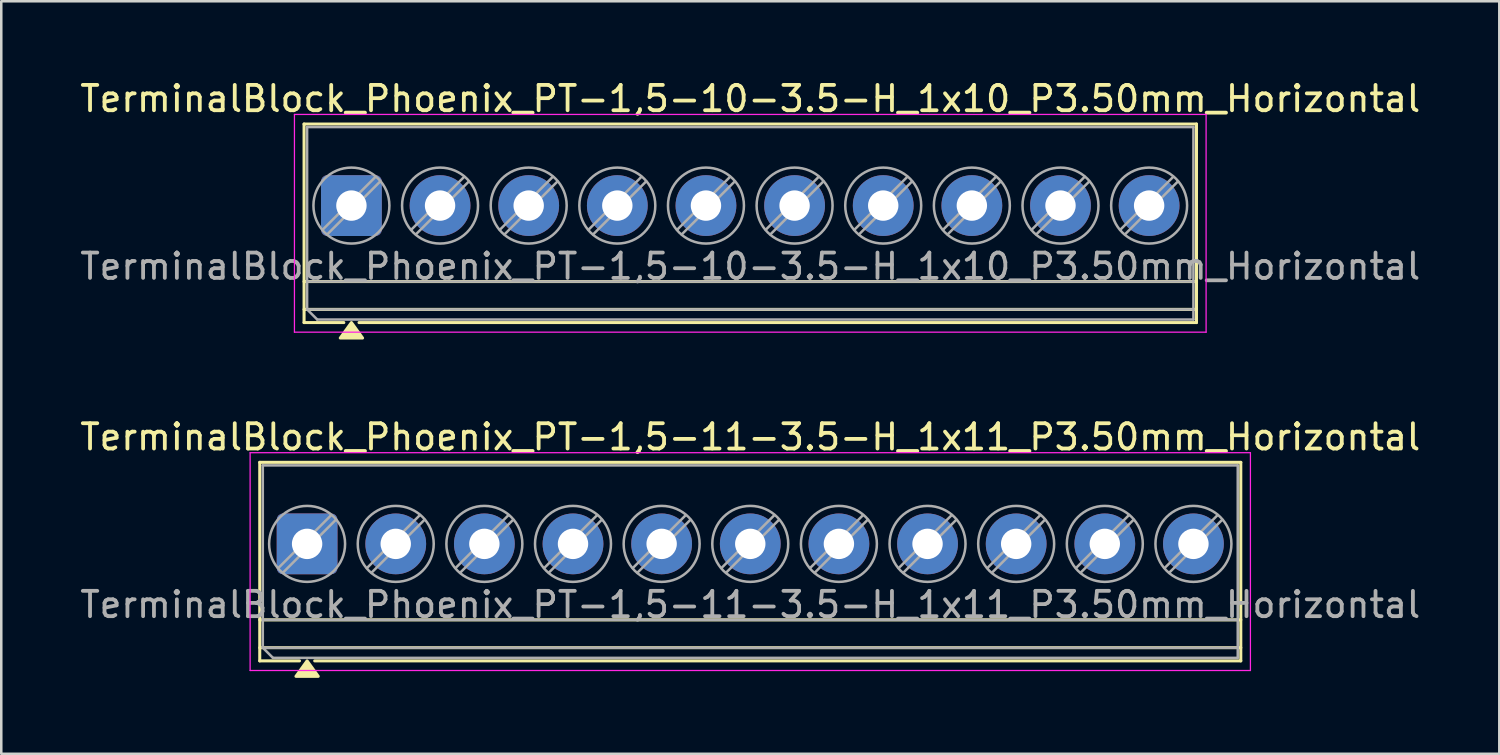
<source format=kicad_pcb>
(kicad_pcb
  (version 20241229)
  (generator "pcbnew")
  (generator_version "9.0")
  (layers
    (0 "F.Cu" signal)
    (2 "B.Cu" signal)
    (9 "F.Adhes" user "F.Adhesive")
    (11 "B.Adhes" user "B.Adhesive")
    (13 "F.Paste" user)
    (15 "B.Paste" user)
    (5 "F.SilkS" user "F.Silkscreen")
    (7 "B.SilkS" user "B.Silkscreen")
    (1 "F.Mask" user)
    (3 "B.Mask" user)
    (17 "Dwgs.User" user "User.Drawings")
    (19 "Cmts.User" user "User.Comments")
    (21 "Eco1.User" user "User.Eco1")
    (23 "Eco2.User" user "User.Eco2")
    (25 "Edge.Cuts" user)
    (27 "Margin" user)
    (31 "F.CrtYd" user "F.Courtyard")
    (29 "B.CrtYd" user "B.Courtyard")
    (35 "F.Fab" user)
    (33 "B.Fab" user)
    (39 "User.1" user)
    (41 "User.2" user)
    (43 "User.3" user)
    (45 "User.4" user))
  (footprint "TerminalBlock_Phoenix_PT-1,5-10-3.5-H_1x10_P3.50mm_Horizontal"
    (layer "F.Cu")
    (at 10.827 5.068)
    (property "Reference" "TerminalBlock_Phoenix_PT-1,5-10-3.5-H_1x10_P3.50mm_Horizontal" (at 15.75 -4.22 0) (layer "F.SilkS") (effects (font (size 1 1) (thickness 0.15))))
    (attr through_hole)
    (fp_line (start -1.87 -3.22) (end -1.87 4.62) (stroke (width 0.12) (type solid)) (layer "F.SilkS"))
    (fp_line (start -1.87 -3.22) (end 33.37 -3.22) (stroke (width 0.12) (type solid)) (layer "F.SilkS"))
    (fp_line (start -1.87 3) (end 33.37 3) (stroke (width 0.12) (type solid)) (layer "F.SilkS"))
    (fp_line (start -1.87 4.1) (end 33.37 4.1) (stroke (width 0.12) (type solid)) (layer "F.SilkS"))
    (fp_line (start -1.87 4.62) (end -0.3 4.62) (stroke (width 0.12) (type solid)) (layer "F.SilkS"))
    (fp_line (start 0.3 4.62) (end 33.37 4.62) (stroke (width 0.12) (type solid)) (layer "F.SilkS"))
    (fp_line (start 33.37 -3.22) (end 33.37 4.62) (stroke (width 0.12) (type solid)) (layer "F.SilkS"))
    (fp_poly (pts (xy 0 4.62) (xy 0.44 5.23) (xy -0.44 5.23)) (stroke (width 0.12) (type solid)) (fill yes) (layer "F.SilkS"))
    (fp_line (start -2.25 -3.6) (end -2.25 5) (stroke (width 0.05) (type solid)) (layer "F.CrtYd"))
    (fp_line (start -2.25 5) (end 33.75 5) (stroke (width 0.05) (type solid)) (layer "F.CrtYd"))
    (fp_line (start 33.75 -3.6) (end -2.25 -3.6) (stroke (width 0.05) (type solid)) (layer "F.CrtYd"))
    (fp_line (start 33.75 5) (end 33.75 -3.6) (stroke (width 0.05) (type solid)) (layer "F.CrtYd"))
    (fp_line (start -1.75 -3.1) (end 33.25 -3.1) (stroke (width 0.1) (type solid)) (layer "F.Fab"))
    (fp_line (start -1.75 3) (end 33.25 3) (stroke (width 0.1) (type solid)) (layer "F.Fab"))
    (fp_line (start -1.75 4.1) (end -1.75 -3.1) (stroke (width 0.1) (type solid)) (layer "F.Fab"))
    (fp_line (start -1.75 4.1) (end 33.25 4.1) (stroke (width 0.1) (type solid)) (layer "F.Fab"))
    (fp_line (start -1.35 4.5) (end -1.75 4.1) (stroke (width 0.1) (type solid)) (layer "F.Fab"))
    (fp_line (start 0.955 -1.138) (end -1.138 0.954) (stroke (width 0.1) (type solid)) (layer "F.Fab"))
    (fp_line (start 1.138 -0.954) (end -0.955 1.137) (stroke (width 0.1) (type solid)) (layer "F.Fab"))
    (fp_line (start 4.455 -1.138) (end 2.362 0.954) (stroke (width 0.1) (type solid)) (layer "F.Fab"))
    (fp_line (start 4.638 -0.954) (end 2.545 1.137) (stroke (width 0.1) (type solid)) (layer "F.Fab"))
    (fp_line (start 7.955 -1.138) (end 5.862 0.954) (stroke (width 0.1) (type solid)) (layer "F.Fab"))
    (fp_line (start 8.138 -0.954) (end 6.045 1.137) (stroke (width 0.1) (type solid)) (layer "F.Fab"))
    (fp_line (start 11.455 -1.138) (end 9.362 0.954) (stroke (width 0.1) (type solid)) (layer "F.Fab"))
    (fp_line (start 11.638 -0.954) (end 9.545 1.137) (stroke (width 0.1) (type solid)) (layer "F.Fab"))
    (fp_line (start 14.955 -1.138) (end 12.862 0.954) (stroke (width 0.1) (type solid)) (layer "F.Fab"))
    (fp_line (start 15.138 -0.954) (end 13.045 1.137) (stroke (width 0.1) (type solid)) (layer "F.Fab"))
    (fp_line (start 18.455 -1.138) (end 16.362 0.954) (stroke (width 0.1) (type solid)) (layer "F.Fab"))
    (fp_line (start 18.638 -0.954) (end 16.545 1.137) (stroke (width 0.1) (type solid)) (layer "F.Fab"))
    (fp_line (start 21.955 -1.138) (end 19.862 0.954) (stroke (width 0.1) (type solid)) (layer "F.Fab"))
    (fp_line (start 22.138 -0.954) (end 20.045 1.137) (stroke (width 0.1) (type solid)) (layer "F.Fab"))
    (fp_line (start 25.455 -1.138) (end 23.362 0.954) (stroke (width 0.1) (type solid)) (layer "F.Fab"))
    (fp_line (start 25.638 -0.954) (end 23.545 1.137) (stroke (width 0.1) (type solid)) (layer "F.Fab"))
    (fp_line (start 28.955 -1.138) (end 26.862 0.954) (stroke (width 0.1) (type solid)) (layer "F.Fab"))
    (fp_line (start 29.138 -0.954) (end 27.045 1.137) (stroke (width 0.1) (type solid)) (layer "F.Fab"))
    (fp_line (start 32.455 -1.138) (end 30.362 0.954) (stroke (width 0.1) (type solid)) (layer "F.Fab"))
    (fp_line (start 32.638 -0.954) (end 30.545 1.137) (stroke (width 0.1) (type solid)) (layer "F.Fab"))
    (fp_line (start 33.25 -3.1) (end 33.25 4.5) (stroke (width 0.1) (type solid)) (layer "F.Fab"))
    (fp_line (start 33.25 4.5) (end -1.35 4.5) (stroke (width 0.1) (type solid)) (layer "F.Fab"))
    (fp_circle (center 0 0) (end 1.5 0) (stroke (width 0.1) (type solid)) (fill no) (layer "F.Fab"))
    (fp_circle (center 3.5 0) (end 5 0) (stroke (width 0.1) (type solid)) (fill no) (layer "F.Fab"))
    (fp_circle (center 7 0) (end 8.5 0) (stroke (width 0.1) (type solid)) (fill no) (layer "F.Fab"))
    (fp_circle (center 10.5 0) (end 12 0) (stroke (width 0.1) (type solid)) (fill no) (layer "F.Fab"))
    (fp_circle (center 14 0) (end 15.5 0) (stroke (width 0.1) (type solid)) (fill no) (layer "F.Fab"))
    (fp_circle (center 17.5 0) (end 19 0) (stroke (width 0.1) (type solid)) (fill no) (layer "F.Fab"))
    (fp_circle (center 21 0) (end 22.5 0) (stroke (width 0.1) (type solid)) (fill no) (layer "F.Fab"))
    (fp_circle (center 24.5 0) (end 26 0) (stroke (width 0.1) (type solid)) (fill no) (layer "F.Fab"))
    (fp_circle (center 28 0) (end 29.5 0) (stroke (width 0.1) (type solid)) (fill no) (layer "F.Fab"))
    (fp_circle (center 31.5 0) (end 33 0) (stroke (width 0.1) (type solid)) (fill no) (layer "F.Fab"))
    (fp_text user "${REFERENCE}" (at 15.75 2.4 0) (layer "F.Fab") (effects (font (size 1 1) (thickness 0.15))))
    (pad "1" thru_hole roundrect (at 0 0) (size 2.4 2.4) (drill 1.2) (layers "*.Cu" "*.Mask") (roundrect_rratio 0.104))
    (pad "2" thru_hole circle (at 3.5 0) (size 2.4 2.4) (drill 1.2) (layers "*.Cu" "*.Mask"))
    (pad "3" thru_hole circle (at 7 0) (size 2.4 2.4) (drill 1.2) (layers "*.Cu" "*.Mask"))
    (pad "4" thru_hole circle (at 10.5 0) (size 2.4 2.4) (drill 1.2) (layers "*.Cu" "*.Mask"))
    (pad "5" thru_hole circle (at 14 0) (size 2.4 2.4) (drill 1.2) (layers "*.Cu" "*.Mask"))
    (pad "6" thru_hole circle (at 17.5 0) (size 2.4 2.4) (drill 1.2) (layers "*.Cu" "*.Mask"))
    (pad "7" thru_hole circle (at 21 0) (size 2.4 2.4) (drill 1.2) (layers "*.Cu" "*.Mask"))
    (pad "8" thru_hole circle (at 24.5 0) (size 2.4 2.4) (drill 1.2) (layers "*.Cu" "*.Mask"))
    (pad "9" thru_hole circle (at 28 0) (size 2.4 2.4) (drill 1.2) (layers "*.Cu" "*.Mask"))
    (pad "10" thru_hole circle (at 31.5 0) (size 2.4 2.4) (drill 1.2) (layers "*.Cu" "*.Mask")))
  (footprint "TerminalBlock_Phoenix_PT-1,5-11-3.5-H_1x11_P3.50mm_Horizontal"
    (layer "F.Cu")
    (at 9.077 18.427)
    (property "Reference" "TerminalBlock_Phoenix_PT-1,5-11-3.5-H_1x11_P3.50mm_Horizontal" (at 17.5 -4.22 0) (layer "F.SilkS") (effects (font (size 1 1) (thickness 0.15))))
    (attr through_hole)
    (fp_line (start -1.87 -3.22) (end -1.87 4.62) (stroke (width 0.12) (type solid)) (layer "F.SilkS"))
    (fp_line (start -1.87 -3.22) (end 36.87 -3.22) (stroke (width 0.12) (type solid)) (layer "F.SilkS"))
    (fp_line (start -1.87 3) (end 36.87 3) (stroke (width 0.12) (type solid)) (layer "F.SilkS"))
    (fp_line (start -1.87 4.1) (end 36.87 4.1) (stroke (width 0.12) (type solid)) (layer "F.SilkS"))
    (fp_line (start -1.87 4.62) (end -0.3 4.62) (stroke (width 0.12) (type solid)) (layer "F.SilkS"))
    (fp_line (start 0.3 4.62) (end 36.87 4.62) (stroke (width 0.12) (type solid)) (layer "F.SilkS"))
    (fp_line (start 36.87 -3.22) (end 36.87 4.62) (stroke (width 0.12) (type solid)) (layer "F.SilkS"))
    (fp_poly (pts (xy 0 4.62) (xy 0.44 5.23) (xy -0.44 5.23)) (stroke (width 0.12) (type solid)) (fill yes) (layer "F.SilkS"))
    (fp_line (start -2.25 -3.6) (end -2.25 5) (stroke (width 0.05) (type solid)) (layer "F.CrtYd"))
    (fp_line (start -2.25 5) (end 37.25 5) (stroke (width 0.05) (type solid)) (layer "F.CrtYd"))
    (fp_line (start 37.25 -3.6) (end -2.25 -3.6) (stroke (width 0.05) (type solid)) (layer "F.CrtYd"))
    (fp_line (start 37.25 5) (end 37.25 -3.6) (stroke (width 0.05) (type solid)) (layer "F.CrtYd"))
    (fp_line (start -1.75 -3.1) (end 36.75 -3.1) (stroke (width 0.1) (type solid)) (layer "F.Fab"))
    (fp_line (start -1.75 3) (end 36.75 3) (stroke (width 0.1) (type solid)) (layer "F.Fab"))
    (fp_line (start -1.75 4.1) (end -1.75 -3.1) (stroke (width 0.1) (type solid)) (layer "F.Fab"))
    (fp_line (start -1.75 4.1) (end 36.75 4.1) (stroke (width 0.1) (type solid)) (layer "F.Fab"))
    (fp_line (start -1.35 4.5) (end -1.75 4.1) (stroke (width 0.1) (type solid)) (layer "F.Fab"))
    (fp_line (start 0.955 -1.138) (end -1.138 0.954) (stroke (width 0.1) (type solid)) (layer "F.Fab"))
    (fp_line (start 1.138 -0.954) (end -0.955 1.137) (stroke (width 0.1) (type solid)) (layer "F.Fab"))
    (fp_line (start 4.455 -1.138) (end 2.362 0.954) (stroke (width 0.1) (type solid)) (layer "F.Fab"))
    (fp_line (start 4.638 -0.954) (end 2.545 1.137) (stroke (width 0.1) (type solid)) (layer "F.Fab"))
    (fp_line (start 7.955 -1.138) (end 5.862 0.954) (stroke (width 0.1) (type solid)) (layer "F.Fab"))
    (fp_line (start 8.138 -0.954) (end 6.045 1.137) (stroke (width 0.1) (type solid)) (layer "F.Fab"))
    (fp_line (start 11.455 -1.138) (end 9.362 0.954) (stroke (width 0.1) (type solid)) (layer "F.Fab"))
    (fp_line (start 11.638 -0.954) (end 9.545 1.137) (stroke (width 0.1) (type solid)) (layer "F.Fab"))
    (fp_line (start 14.955 -1.138) (end 12.862 0.954) (stroke (width 0.1) (type solid)) (layer "F.Fab"))
    (fp_line (start 15.138 -0.954) (end 13.045 1.137) (stroke (width 0.1) (type solid)) (layer "F.Fab"))
    (fp_line (start 18.455 -1.138) (end 16.362 0.954) (stroke (width 0.1) (type solid)) (layer "F.Fab"))
    (fp_line (start 18.638 -0.954) (end 16.545 1.137) (stroke (width 0.1) (type solid)) (layer "F.Fab"))
    (fp_line (start 21.955 -1.138) (end 19.862 0.954) (stroke (width 0.1) (type solid)) (layer "F.Fab"))
    (fp_line (start 22.138 -0.954) (end 20.045 1.137) (stroke (width 0.1) (type solid)) (layer "F.Fab"))
    (fp_line (start 25.455 -1.138) (end 23.362 0.954) (stroke (width 0.1) (type solid)) (layer "F.Fab"))
    (fp_line (start 25.638 -0.954) (end 23.545 1.137) (stroke (width 0.1) (type solid)) (layer "F.Fab"))
    (fp_line (start 28.955 -1.138) (end 26.862 0.954) (stroke (width 0.1) (type solid)) (layer "F.Fab"))
    (fp_line (start 29.138 -0.954) (end 27.045 1.137) (stroke (width 0.1) (type solid)) (layer "F.Fab"))
    (fp_line (start 32.455 -1.138) (end 30.362 0.954) (stroke (width 0.1) (type solid)) (layer "F.Fab"))
    (fp_line (start 32.638 -0.954) (end 30.545 1.137) (stroke (width 0.1) (type solid)) (layer "F.Fab"))
    (fp_line (start 35.955 -1.138) (end 33.862 0.954) (stroke (width 0.1) (type solid)) (layer "F.Fab"))
    (fp_line (start 36.138 -0.954) (end 34.045 1.137) (stroke (width 0.1) (type solid)) (layer "F.Fab"))
    (fp_line (start 36.75 -3.1) (end 36.75 4.5) (stroke (width 0.1) (type solid)) (layer "F.Fab"))
    (fp_line (start 36.75 4.5) (end -1.35 4.5) (stroke (width 0.1) (type solid)) (layer "F.Fab"))
    (fp_circle (center 0 0) (end 1.5 0) (stroke (width 0.1) (type solid)) (fill no) (layer "F.Fab"))
    (fp_circle (center 3.5 0) (end 5 0) (stroke (width 0.1) (type solid)) (fill no) (layer "F.Fab"))
    (fp_circle (center 7 0) (end 8.5 0) (stroke (width 0.1) (type solid)) (fill no) (layer "F.Fab"))
    (fp_circle (center 10.5 0) (end 12 0) (stroke (width 0.1) (type solid)) (fill no) (layer "F.Fab"))
    (fp_circle (center 14 0) (end 15.5 0) (stroke (width 0.1) (type solid)) (fill no) (layer "F.Fab"))
    (fp_circle (center 17.5 0) (end 19 0) (stroke (width 0.1) (type solid)) (fill no) (layer "F.Fab"))
    (fp_circle (center 21 0) (end 22.5 0) (stroke (width 0.1) (type solid)) (fill no) (layer "F.Fab"))
    (fp_circle (center 24.5 0) (end 26 0) (stroke (width 0.1) (type solid)) (fill no) (layer "F.Fab"))
    (fp_circle (center 28 0) (end 29.5 0) (stroke (width 0.1) (type solid)) (fill no) (layer "F.Fab"))
    (fp_circle (center 31.5 0) (end 33 0) (stroke (width 0.1) (type solid)) (fill no) (layer "F.Fab"))
    (fp_circle (center 35 0) (end 36.5 0) (stroke (width 0.1) (type solid)) (fill no) (layer "F.Fab"))
    (fp_text user "${REFERENCE}" (at 17.5 2.4 0) (layer "F.Fab") (effects (font (size 1 1) (thickness 0.15))))
    (pad "1" thru_hole roundrect (at 0 0) (size 2.4 2.4) (drill 1.2) (layers "*.Cu" "*.Mask") (roundrect_rratio 0.104))
    (pad "2" thru_hole circle (at 3.5 0) (size 2.4 2.4) (drill 1.2) (layers "*.Cu" "*.Mask"))
    (pad "3" thru_hole circle (at 7 0) (size 2.4 2.4) (drill 1.2) (layers "*.Cu" "*.Mask"))
    (pad "4" thru_hole circle (at 10.5 0) (size 2.4 2.4) (drill 1.2) (layers "*.Cu" "*.Mask"))
    (pad "5" thru_hole circle (at 14 0) (size 2.4 2.4) (drill 1.2) (layers "*.Cu" "*.Mask"))
    (pad "6" thru_hole circle (at 17.5 0) (size 2.4 2.4) (drill 1.2) (layers "*.Cu" "*.Mask"))
    (pad "7" thru_hole circle (at 21 0) (size 2.4 2.4) (drill 1.2) (layers "*.Cu" "*.Mask"))
    (pad "8" thru_hole circle (at 24.5 0) (size 2.4 2.4) (drill 1.2) (layers "*.Cu" "*.Mask"))
    (pad "9" thru_hole circle (at 28 0) (size 2.4 2.4) (drill 1.2) (layers "*.Cu" "*.Mask"))
    (pad "10" thru_hole circle (at 31.5 0) (size 2.4 2.4) (drill 1.2) (layers "*.Cu" "*.Mask"))
    (pad "11" thru_hole circle (at 35 0) (size 2.4 2.4) (drill 1.2) (layers "*.Cu" "*.Mask")))
  (gr_rect
    (start -3 -3)
    (end 56.155 26.716)
    (stroke (width 0.1) (type default))
    (fill no)
    (layer "Edge.Cuts")))
</source>
